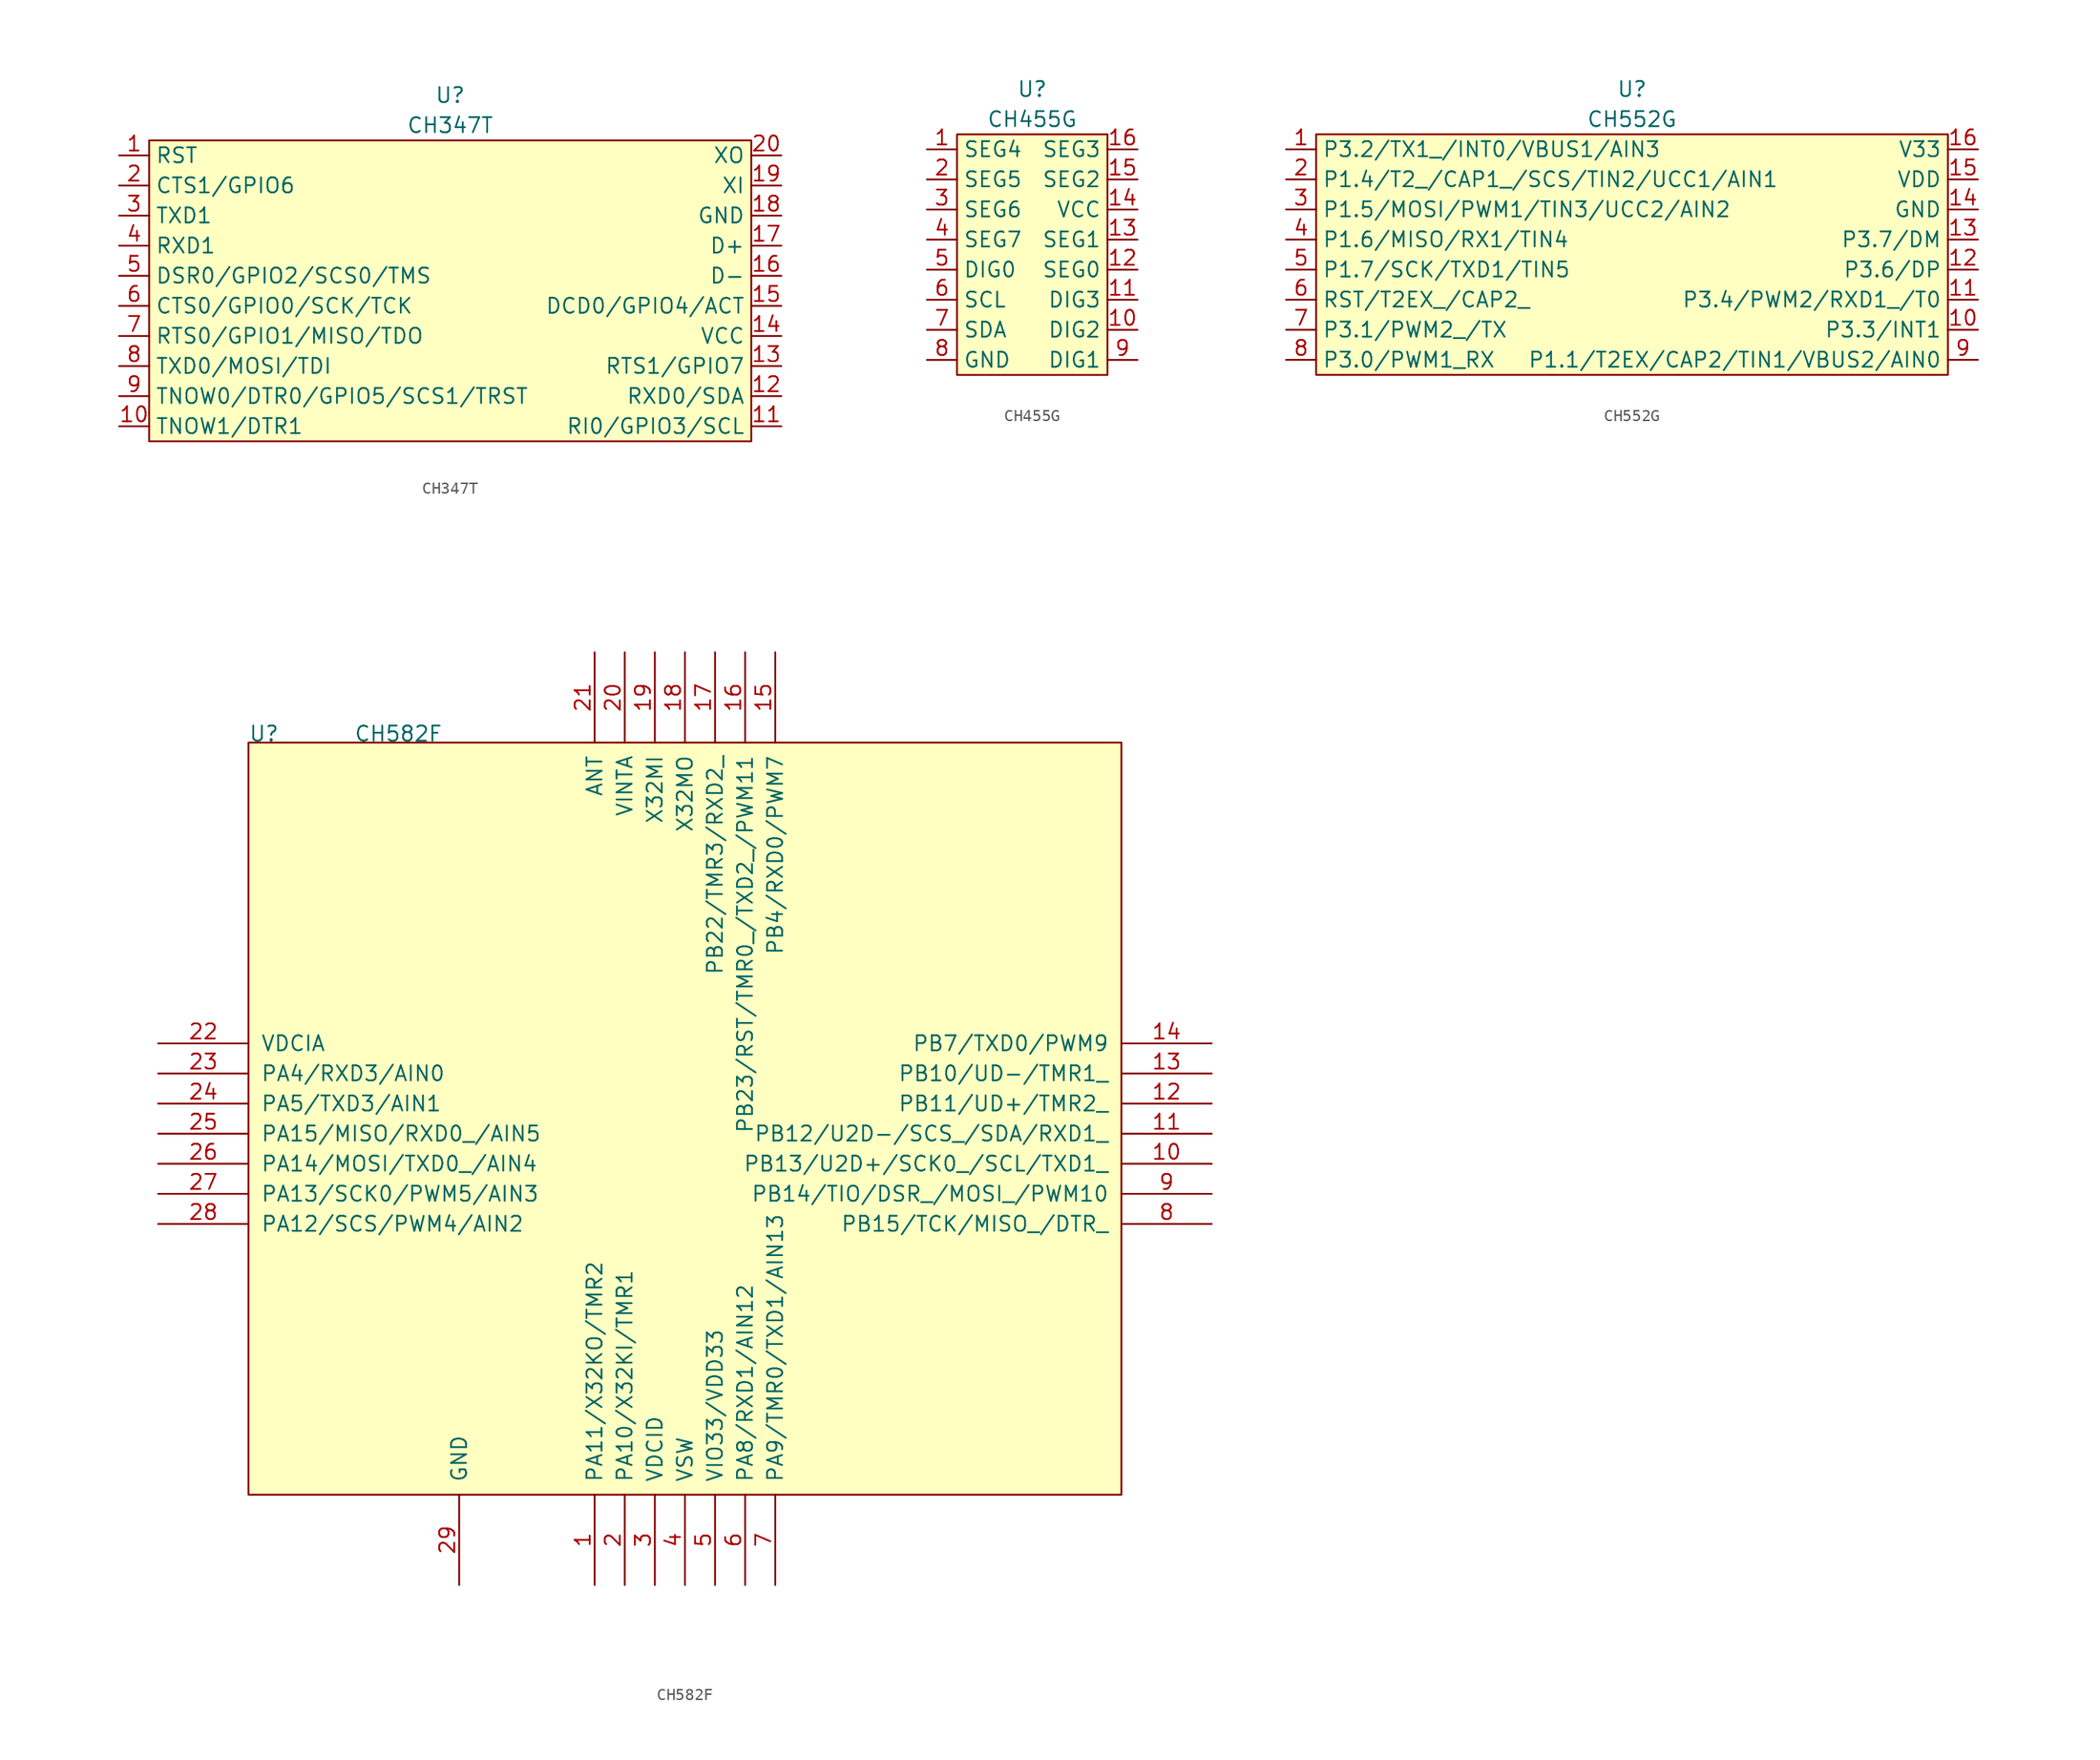
<source format=kicad_sym>
(kicad_symbol_lib
  (version 20211014)
  (generator kicad_symbol_editor)
  (symbol "CH347T"
    (property "Reference" "U"
      (at 0 16.51 0)
      (effects (font (size 1.27 1.27))))
    (property "Value" "CH347T"
      (at 0 13.97 0)
      (effects (font (size 1.27 1.27))))
    (symbol "CH347T_0_1"
      (rectangle (start -25.4 12.7) (end 25.4 -12.7) (stroke (width 0) (type default) (color 0 0 0 0)) (fill (type background))))
    (symbol "CH347T_1_1"
      (pin input line (at -27.94 11.43 0) (length 2.54) (name "RST" (effects (font (size 1.27 1.27)))) (number "1" (effects (font (size 1.27 1.27)))))
      (pin bidirectional line (at -27.94 -11.43 0) (length 2.54) (name "TNOW1/DTR1" (effects (font (size 1.27 1.27)))) (number "10" (effects (font (size 1.27 1.27)))))
      (pin bidirectional line (at 27.94 -11.43 180) (length 2.54) (name "RI0/GPIO3/SCL" (effects (font (size 1.27 1.27)))) (number "11" (effects (font (size 1.27 1.27)))))
      (pin bidirectional line (at 27.94 -8.89 180) (length 2.54) (name "RXD0/SDA" (effects (font (size 1.27 1.27)))) (number "12" (effects (font (size 1.27 1.27)))))
      (pin bidirectional line (at 27.94 -6.35 180) (length 2.54) (name "RTS1/GPIO7" (effects (font (size 1.27 1.27)))) (number "13" (effects (font (size 1.27 1.27)))))
      (pin power_in line (at 27.94 -3.81 180) (length 2.54) (name "VCC" (effects (font (size 1.27 1.27)))) (number "14" (effects (font (size 1.27 1.27)))))
      (pin bidirectional line (at 27.94 -1.27 180) (length 2.54) (name "DCD0/GPIO4/ACT" (effects (font (size 1.27 1.27)))) (number "15" (effects (font (size 1.27 1.27)))))
      (pin bidirectional line (at 27.94 1.27 180) (length 2.54) (name "D-" (effects (font (size 1.27 1.27)))) (number "16" (effects (font (size 1.27 1.27)))))
      (pin bidirectional line (at 27.94 3.81 180) (length 2.54) (name "D+" (effects (font (size 1.27 1.27)))) (number "17" (effects (font (size 1.27 1.27)))))
      (pin power_in line (at 27.94 6.35 180) (length 2.54) (name "GND" (effects (font (size 1.27 1.27)))) (number "18" (effects (font (size 1.27 1.27)))))
      (pin input line (at 27.94 8.89 180) (length 2.54) (name "XI" (effects (font (size 1.27 1.27)))) (number "19" (effects (font (size 1.27 1.27)))))
      (pin bidirectional line (at -27.94 8.89 0) (length 2.54) (name "CTS1/GPIO6" (effects (font (size 1.27 1.27)))) (number "2" (effects (font (size 1.27 1.27)))))
      (pin output line (at 27.94 11.43 180) (length 2.54) (name "XO" (effects (font (size 1.27 1.27)))) (number "20" (effects (font (size 1.27 1.27)))))
      (pin bidirectional line (at -27.94 6.35 0) (length 2.54) (name "TXD1" (effects (font (size 1.27 1.27)))) (number "3" (effects (font (size 1.27 1.27)))))
      (pin bidirectional line (at -27.94 3.81 0) (length 2.54) (name "RXD1" (effects (font (size 1.27 1.27)))) (number "4" (effects (font (size 1.27 1.27)))))
      (pin bidirectional line (at -27.94 1.27 0) (length 2.54) (name "DSR0/GPIO2/SCS0/TMS" (effects (font (size 1.27 1.27)))) (number "5" (effects (font (size 1.27 1.27)))))
      (pin bidirectional line (at -27.94 -1.27 0) (length 2.54) (name "CTS0/GPIO0/SCK/TCK" (effects (font (size 1.27 1.27)))) (number "6" (effects (font (size 1.27 1.27)))))
      (pin bidirectional line (at -27.94 -3.81 0) (length 2.54) (name "RTS0/GPIO1/MISO/TDO" (effects (font (size 1.27 1.27)))) (number "7" (effects (font (size 1.27 1.27)))))
      (pin bidirectional line (at -27.94 -6.35 0) (length 2.54) (name "TXD0/MOSI/TDI" (effects (font (size 1.27 1.27)))) (number "8" (effects (font (size 1.27 1.27)))))
      (pin bidirectional line (at -27.94 -8.89 0) (length 2.54) (name "TNOW0/DTR0/GPIO5/SCS1/TRST" (effects (font (size 1.27 1.27)))) (number "9" (effects (font (size 1.27 1.27)))))))
  (symbol "CH455G"
    (property "Reference" "U"
      (at 0 13.97 0)
      (effects (font (size 1.27 1.27))))
    (property "Value" "CH455G"
      (at 0 11.43 0)
      (effects (font (size 1.27 1.27))))
    (symbol "CH455G_0_1"
      (rectangle (start -6.35 10.16) (end 6.35 -10.16) (stroke (width 0) (type default) (color 0 0 0 0)) (fill (type background))))
    (symbol "CH455G_1_1"
      (pin bidirectional line (at -8.89 8.89 0) (length 2.54) (name "SEG4" (effects (font (size 1.27 1.27)))) (number "1" (effects (font (size 1.27 1.27)))))
      (pin bidirectional line (at 8.89 -6.35 180) (length 2.54) (name "DIG2" (effects (font (size 1.27 1.27)))) (number "10" (effects (font (size 1.27 1.27)))))
      (pin bidirectional line (at 8.89 -3.81 180) (length 2.54) (name "DIG3" (effects (font (size 1.27 1.27)))) (number "11" (effects (font (size 1.27 1.27)))))
      (pin bidirectional line (at 8.89 -1.27 180) (length 2.54) (name "SEG0" (effects (font (size 1.27 1.27)))) (number "12" (effects (font (size 1.27 1.27)))))
      (pin bidirectional line (at 8.89 1.27 180) (length 2.54) (name "SEG1" (effects (font (size 1.27 1.27)))) (number "13" (effects (font (size 1.27 1.27)))))
      (pin power_in line (at 8.89 3.81 180) (length 2.54) (name "VCC" (effects (font (size 1.27 1.27)))) (number "14" (effects (font (size 1.27 1.27)))))
      (pin bidirectional line (at 8.89 6.35 180) (length 2.54) (name "SEG2" (effects (font (size 1.27 1.27)))) (number "15" (effects (font (size 1.27 1.27)))))
      (pin bidirectional line (at 8.89 8.89 180) (length 2.54) (name "SEG3" (effects (font (size 1.27 1.27)))) (number "16" (effects (font (size 1.27 1.27)))))
      (pin bidirectional line (at -8.89 6.35 0) (length 2.54) (name "SEG5" (effects (font (size 1.27 1.27)))) (number "2" (effects (font (size 1.27 1.27)))))
      (pin bidirectional line (at -8.89 3.81 0) (length 2.54) (name "SEG6" (effects (font (size 1.27 1.27)))) (number "3" (effects (font (size 1.27 1.27)))))
      (pin bidirectional line (at -8.89 1.27 0) (length 2.54) (name "SEG7" (effects (font (size 1.27 1.27)))) (number "4" (effects (font (size 1.27 1.27)))))
      (pin bidirectional line (at -8.89 -1.27 0) (length 2.54) (name "DIG0" (effects (font (size 1.27 1.27)))) (number "5" (effects (font (size 1.27 1.27)))))
      (pin bidirectional line (at -8.89 -3.81 0) (length 2.54) (name "SCL" (effects (font (size 1.27 1.27)))) (number "6" (effects (font (size 1.27 1.27)))))
      (pin bidirectional line (at -8.89 -6.35 0) (length 2.54) (name "SDA" (effects (font (size 1.27 1.27)))) (number "7" (effects (font (size 1.27 1.27)))))
      (pin power_in line (at -8.89 -8.89 0) (length 2.54) (name "GND" (effects (font (size 1.27 1.27)))) (number "8" (effects (font (size 1.27 1.27)))))
      (pin bidirectional line (at 8.89 -8.89 180) (length 2.54) (name "DIG1" (effects (font (size 1.27 1.27)))) (number "9" (effects (font (size 1.27 1.27)))))))
  (symbol "CH552G"
    (property "Reference" "U"
      (at 0 13.97 0)
      (effects (font (size 1.27 1.27))))
    (property "Value" "CH552G"
      (at 0 11.43 0)
      (effects (font (size 1.27 1.27))))
    (symbol "CH552G_0_1"
      (rectangle (start -26.67 10.16) (end 26.67 -10.16) (stroke (width 0) (type default) (color 0 0 0 0)) (fill (type background))))
    (symbol "CH552G_1_1"
      (pin bidirectional line (at -29.21 8.89 0) (length 2.54) (name "P3.2/TX1_/INT0/VBUS1/AIN3" (effects (font (size 1.27 1.27)))) (number "1" (effects (font (size 1.27 1.27)))))
      (pin bidirectional line (at 29.21 -6.35 180) (length 2.54) (name "P3.3/INT1" (effects (font (size 1.27 1.27)))) (number "10" (effects (font (size 1.27 1.27)))))
      (pin bidirectional line (at 29.21 -3.81 180) (length 2.54) (name "P3.4/PWM2/RXD1_/T0" (effects (font (size 1.27 1.27)))) (number "11" (effects (font (size 1.27 1.27)))))
      (pin bidirectional line (at 29.21 -1.27 180) (length 2.54) (name "P3.6/DP" (effects (font (size 1.27 1.27)))) (number "12" (effects (font (size 1.27 1.27)))))
      (pin bidirectional line (at 29.21 1.27 180) (length 2.54) (name "P3.7/DM" (effects (font (size 1.27 1.27)))) (number "13" (effects (font (size 1.27 1.27)))))
      (pin power_in line (at 29.21 3.81 180) (length 2.54) (name "GND" (effects (font (size 1.27 1.27)))) (number "14" (effects (font (size 1.27 1.27)))))
      (pin power_in line (at 29.21 6.35 180) (length 2.54) (name "VDD" (effects (font (size 1.27 1.27)))) (number "15" (effects (font (size 1.27 1.27)))))
      (pin power_in line (at 29.21 8.89 180) (length 2.54) (name "V33" (effects (font (size 1.27 1.27)))) (number "16" (effects (font (size 1.27 1.27)))))
      (pin bidirectional line (at -29.21 6.35 0) (length 2.54) (name "P1.4/T2_/CAP1_/SCS/TIN2/UCC1/AIN1" (effects (font (size 1.27 1.27)))) (number "2" (effects (font (size 1.27 1.27)))))
      (pin bidirectional line (at -29.21 3.81 0) (length 2.54) (name "P1.5/MOSI/PWM1/TIN3/UCC2/AIN2" (effects (font (size 1.27 1.27)))) (number "3" (effects (font (size 1.27 1.27)))))
      (pin bidirectional line (at -29.21 1.27 0) (length 2.54) (name "P1.6/MISO/RX1/TIN4" (effects (font (size 1.27 1.27)))) (number "4" (effects (font (size 1.27 1.27)))))
      (pin bidirectional line (at -29.21 -1.27 0) (length 2.54) (name "P1.7/SCK/TXD1/TIN5" (effects (font (size 1.27 1.27)))) (number "5" (effects (font (size 1.27 1.27)))))
      (pin bidirectional line (at -29.21 -3.81 0) (length 2.54) (name "RST/T2EX_/CAP2_" (effects (font (size 1.27 1.27)))) (number "6" (effects (font (size 1.27 1.27)))))
      (pin bidirectional line (at -29.21 -6.35 0) (length 2.54) (name "P3.1/PWM2_/TX" (effects (font (size 1.27 1.27)))) (number "7" (effects (font (size 1.27 1.27)))))
      (pin bidirectional line (at -29.21 -8.89 0) (length 2.54) (name "P3.0/PWM1_RX" (effects (font (size 1.27 1.27)))) (number "8" (effects (font (size 1.27 1.27)))))
      (pin bidirectional line (at 29.21 -8.89 180) (length 2.54) (name "P1.1/T2EX/CAP2/TIN1/VBUS2/AIN0" (effects (font (size 1.27 1.27)))) (number "9" (effects (font (size 1.27 1.27)))))))
  (symbol "CH582F"
    (pin_names
      (offset 1.016))
    (property "Reference" "U"
      (at -36.83 31.75 0)
      (effects (font (size 1.27 1.27)) (justify left bottom)))
    (property "Value" "CH582F"
      (at -27.94 31.75 0)
      (effects (font (size 1.27 1.27)) (justify left bottom)))
    (symbol "CH582F_0_1"
      (rectangle (start -36.83 31.75) (end 36.83 -31.75) (stroke (width 0) (type default) (color 0 0 0 0)) (fill (type background))))
    (symbol "CH582F_1_1"
      (pin bidirectional line (at -7.62 -39.37 90) (length 7.62) (name "PA11/X32KO/TMR2" (effects (font (size 1.27 1.27)))) (number "1" (effects (font (size 1.27 1.27)))))
      (pin bidirectional line (at 44.45 -3.81 180) (length 7.62) (name "PB13/U2D+/SCK0_/SCL/TXD1_" (effects (font (size 1.27 1.27)))) (number "10" (effects (font (size 1.27 1.27)))))
      (pin bidirectional line (at 44.45 -1.27 180) (length 7.62) (name "PB12/U2D-/SCS_/SDA/RXD1_" (effects (font (size 1.27 1.27)))) (number "11" (effects (font (size 1.27 1.27)))))
      (pin bidirectional line (at 44.45 1.27 180) (length 7.62) (name "PB11/UD+/TMR2_" (effects (font (size 1.27 1.27)))) (number "12" (effects (font (size 1.27 1.27)))))
      (pin bidirectional line (at 44.45 3.81 180) (length 7.62) (name "PB10/UD-/TMR1_" (effects (font (size 1.27 1.27)))) (number "13" (effects (font (size 1.27 1.27)))))
      (pin bidirectional line (at 44.45 6.35 180) (length 7.62) (name "PB7/TXD0/PWM9" (effects (font (size 1.27 1.27)))) (number "14" (effects (font (size 1.27 1.27)))))
      (pin bidirectional line (at 7.62 39.37 270) (length 7.62) (name "PB4/RXD0/PWM7" (effects (font (size 1.27 1.27)))) (number "15" (effects (font (size 1.27 1.27)))))
      (pin bidirectional line (at 5.08 39.37 270) (length 7.62) (name "PB23/RST/TMR0_/TXD2_/PWM11" (effects (font (size 1.27 1.27)))) (number "16" (effects (font (size 1.27 1.27)))))
      (pin bidirectional line (at 2.54 39.37 270) (length 7.62) (name "PB22/TMR3/RXD2_" (effects (font (size 1.27 1.27)))) (number "17" (effects (font (size 1.27 1.27)))))
      (pin output line (at 0 39.37 270) (length 7.62) (name "X32MO" (effects (font (size 1.27 1.27)))) (number "18" (effects (font (size 1.27 1.27)))))
      (pin input line (at -2.54 39.37 270) (length 7.62) (name "X32MI" (effects (font (size 1.27 1.27)))) (number "19" (effects (font (size 1.27 1.27)))))
      (pin bidirectional line (at -5.08 -39.37 90) (length 7.62) (name "PA10/X32KI/TMR1" (effects (font (size 1.27 1.27)))) (number "2" (effects (font (size 1.27 1.27)))))
      (pin power_in line (at -5.08 39.37 270) (length 7.62) (name "VINTA" (effects (font (size 1.27 1.27)))) (number "20" (effects (font (size 1.27 1.27)))))
      (pin bidirectional line (at -7.62 39.37 270) (length 7.62) (name "ANT" (effects (font (size 1.27 1.27)))) (number "21" (effects (font (size 1.27 1.27)))))
      (pin power_in line (at -44.45 6.35 0) (length 7.62) (name "VDCIA" (effects (font (size 1.27 1.27)))) (number "22" (effects (font (size 1.27 1.27)))))
      (pin bidirectional line (at -44.45 3.81 0) (length 7.62) (name "PA4/RXD3/AIN0" (effects (font (size 1.27 1.27)))) (number "23" (effects (font (size 1.27 1.27)))))
      (pin bidirectional line (at -44.45 1.27 0) (length 7.62) (name "PA5/TXD3/AIN1" (effects (font (size 1.27 1.27)))) (number "24" (effects (font (size 1.27 1.27)))))
      (pin bidirectional line (at -44.45 -1.27 0) (length 7.62) (name "PA15/MISO/RXD0_/AIN5" (effects (font (size 1.27 1.27)))) (number "25" (effects (font (size 1.27 1.27)))))
      (pin bidirectional line (at -44.45 -3.81 0) (length 7.62) (name "PA14/MOSI/TXD0_/AIN4" (effects (font (size 1.27 1.27)))) (number "26" (effects (font (size 1.27 1.27)))))
      (pin bidirectional line (at -44.45 -6.35 0) (length 7.62) (name "PA13/SCK0/PWM5/AIN3" (effects (font (size 1.27 1.27)))) (number "27" (effects (font (size 1.27 1.27)))))
      (pin bidirectional line (at -44.45 -8.89 0) (length 7.62) (name "PA12/SCS/PWM4/AIN2" (effects (font (size 1.27 1.27)))) (number "28" (effects (font (size 1.27 1.27)))))
      (pin power_in line (at -19.05 -39.37 90) (length 7.62) (name "GND" (effects (font (size 1.27 1.27)))) (number "29" (effects (font (size 1.27 1.27)))))
      (pin power_in line (at -2.54 -39.37 90) (length 7.62) (name "VDCID" (effects (font (size 1.27 1.27)))) (number "3" (effects (font (size 1.27 1.27)))))
      (pin power_in line (at 0 -39.37 90) (length 7.62) (name "VSW" (effects (font (size 1.27 1.27)))) (number "4" (effects (font (size 1.27 1.27)))))
      (pin power_in line (at 2.54 -39.37 90) (length 7.62) (name "VIO33/VDD33" (effects (font (size 1.27 1.27)))) (number "5" (effects (font (size 1.27 1.27)))))
      (pin bidirectional line (at 5.08 -39.37 90) (length 7.62) (name "PA8/RXD1/AIN12" (effects (font (size 1.27 1.27)))) (number "6" (effects (font (size 1.27 1.27)))))
      (pin bidirectional line (at 7.62 -39.37 90) (length 7.62) (name "PA9/TMR0/TXD1/AIN13" (effects (font (size 1.27 1.27)))) (number "7" (effects (font (size 1.27 1.27)))))
      (pin bidirectional line (at 44.45 -8.89 180) (length 7.62) (name "PB15/TCK/MISO_/DTR_" (effects (font (size 1.27 1.27)))) (number "8" (effects (font (size 1.27 1.27)))))
      (pin bidirectional line (at 44.45 -6.35 180) (length 7.62) (name "PB14/TIO/DSR_/MOSI_/PWM10" (effects (font (size 1.27 1.27)))) (number "9" (effects (font (size 1.27 1.27))))))))
</source>
